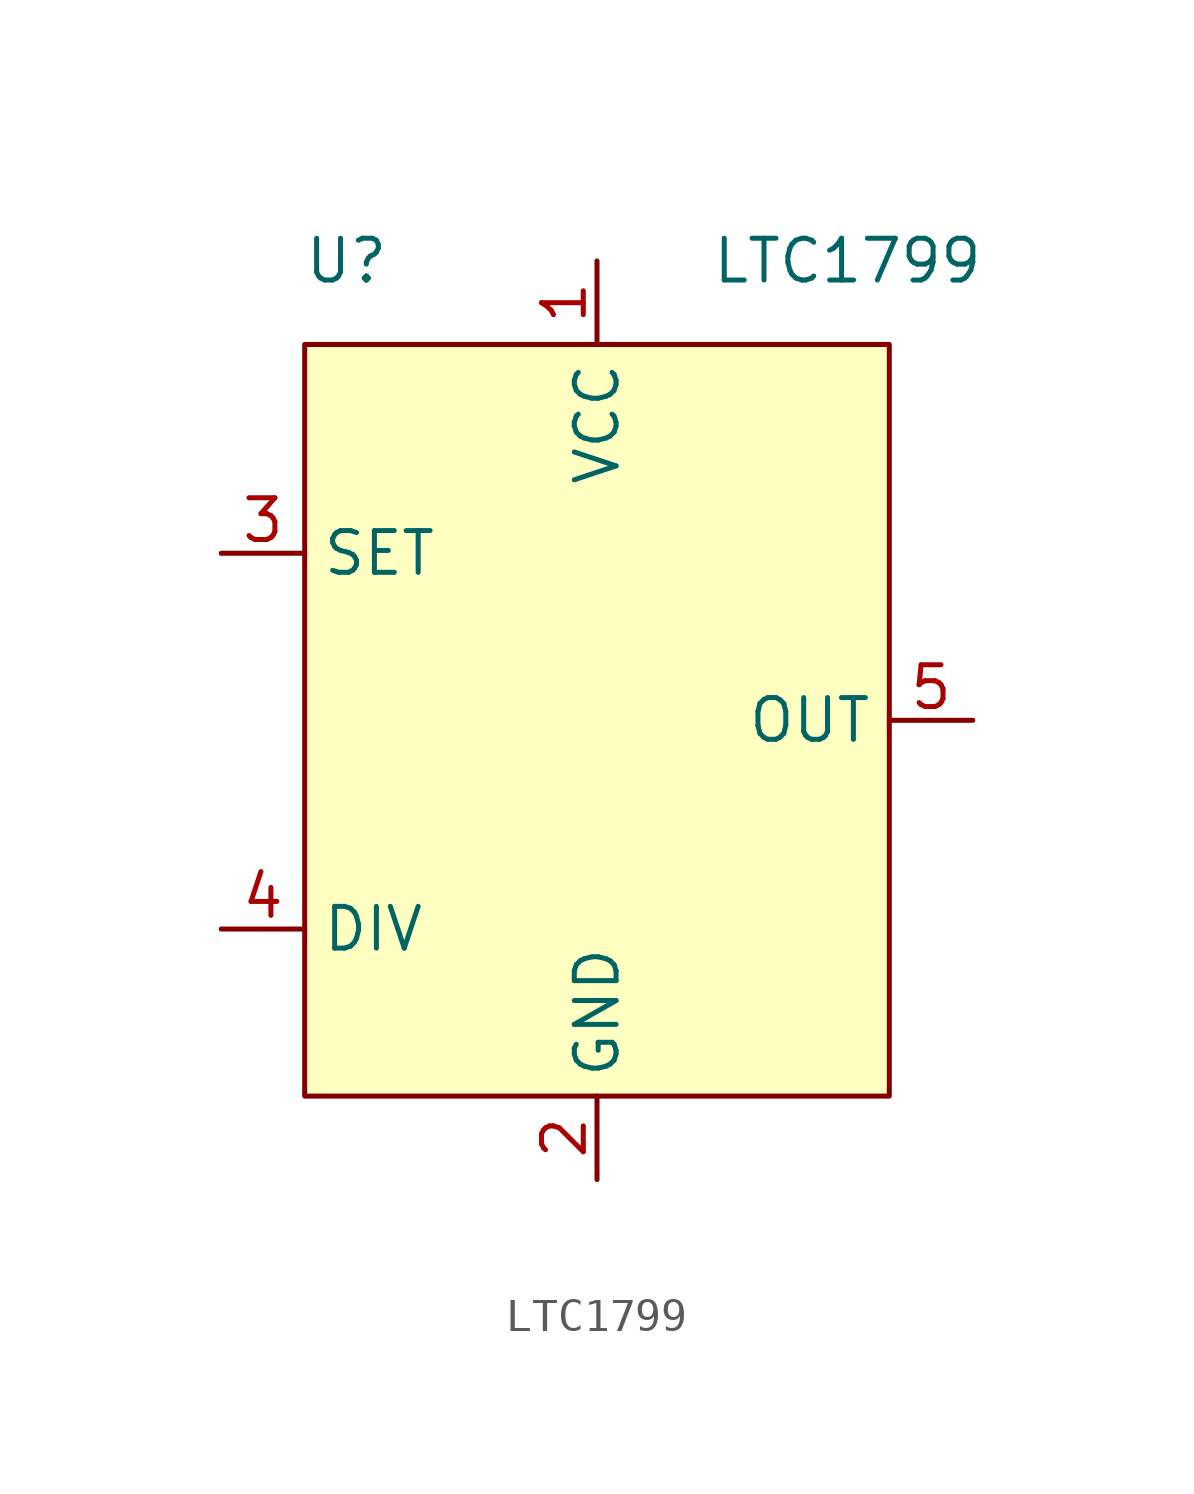
<source format=kicad_sym>
(kicad_symbol_lib
  (version 20211014)
  (generator kicad_symbol_editor)
  (symbol "LTC1799"
    (property "Reference" "U"
      (at -7.62 13.97 0)
      (effects (font (size 1.27 1.27))))
    (property "Value" "LTC1799"
      (at 7.62 13.97 0)
      (effects (font (size 1.27 1.27))))
    (symbol "LTC1799_0_1"
      (rectangle (start -8.89 11.43) (end 8.89 -11.43) (stroke (width 0) (type default) (color 0 0 0 0)) (fill (type background))))
    (symbol "LTC1799_1_1"
      (pin power_in line (at 0 13.97 270) (length 2.54) (name "VCC" (effects (font (size 1.27 1.27)))) (number "1" (effects (font (size 1.27 1.27)))))
      (pin power_in line (at 0 -13.97 90) (length 2.54) (name "GND" (effects (font (size 1.27 1.27)))) (number "2" (effects (font (size 1.27 1.27)))))
      (pin input line (at -11.43 5.08 0) (length 2.54) (name "SET" (effects (font (size 1.27 1.27)))) (number "3" (effects (font (size 1.27 1.27)))))
      (pin input line (at -11.43 -6.35 0) (length 2.54) (name "DIV" (effects (font (size 1.27 1.27)))) (number "4" (effects (font (size 1.27 1.27)))))
      (pin output line (at 11.43 0 180) (length 2.54) (name "OUT" (effects (font (size 1.27 1.27)))) (number "5" (effects (font (size 1.27 1.27))))))))
</source>
